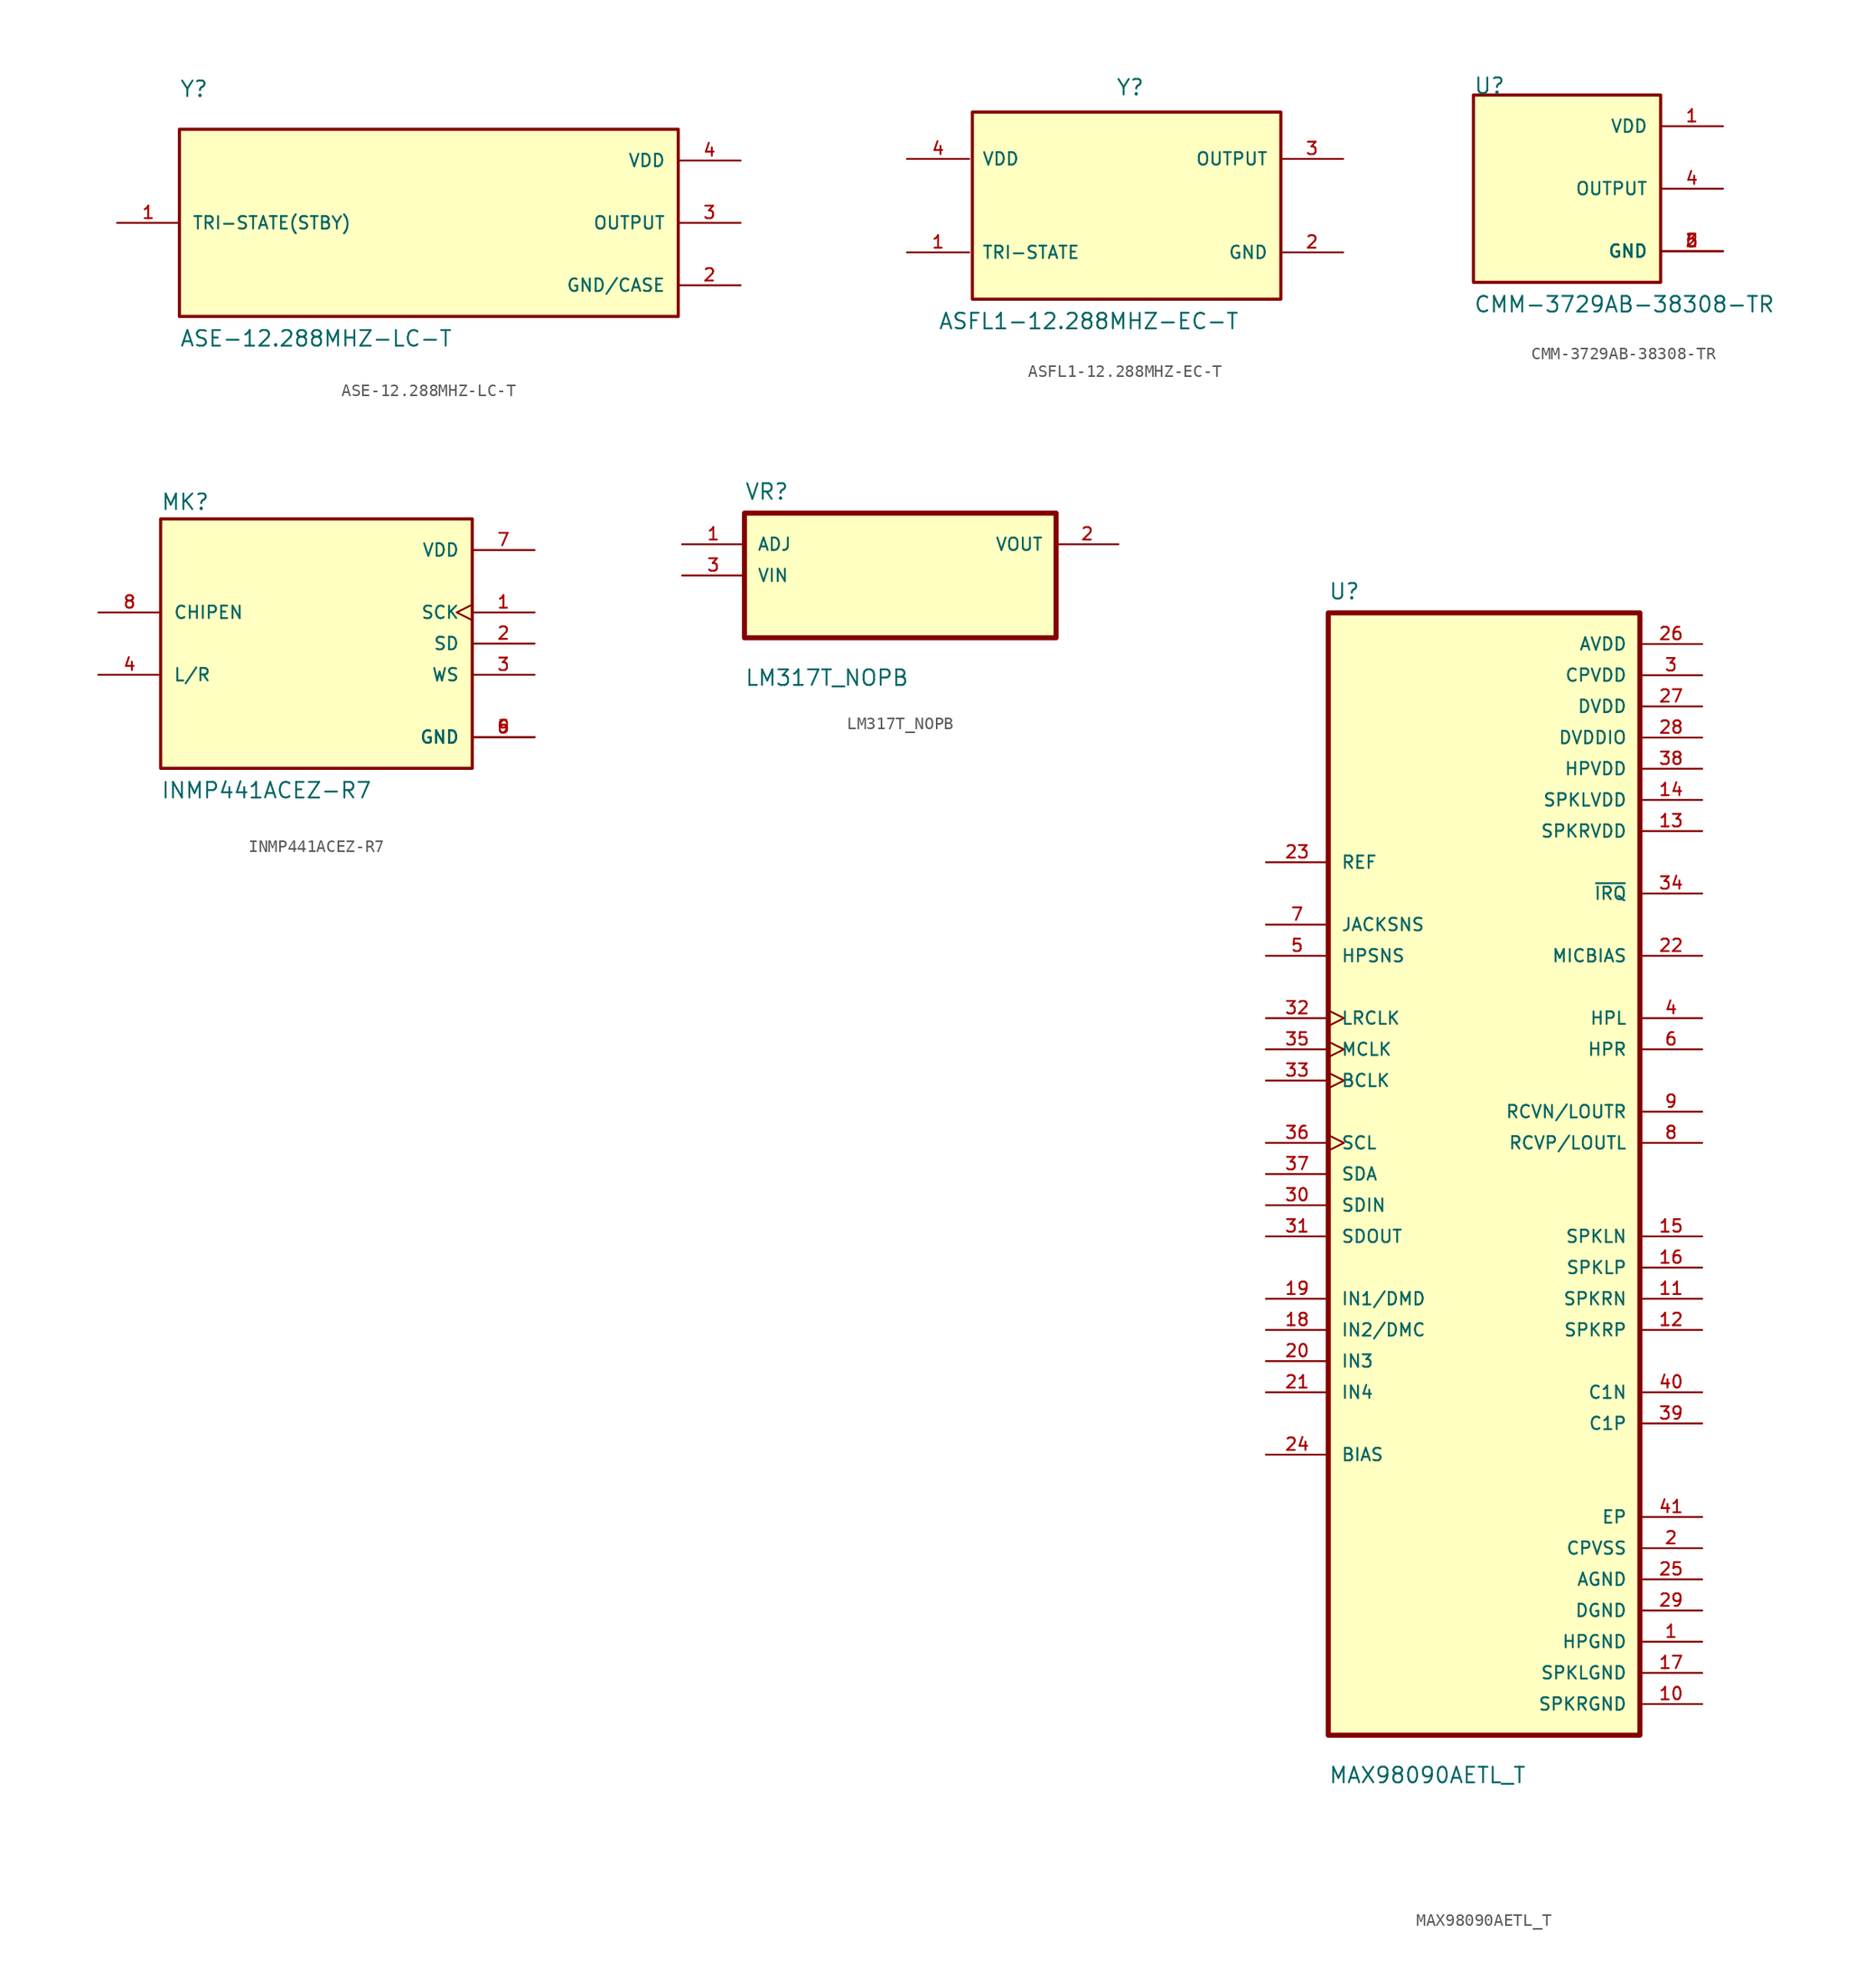
<source format=kicad_sym>
(kicad_symbol_lib
  (version 20231120)
  (generator "kicad_symbol_editor")
  (generator_version "8.0")
  (symbol "ASE-12.288MHZ-LC-T"
    (pin_names
      (offset 1.016))
    (property "Reference" "Y"
      (at -20.32 10.16 0)
      (effects (font (size 1.27 1.27)) (justify left bottom)))
    (property "Value" "ASE-12.288MHZ-LC-T"
      (at -20.32 -10.16 0)
      (effects (font (size 1.27 1.27)) (justify left bottom)))
    (symbol "ASE-12.288MHZ-LC-T_0_0"
      (rectangle (start -20.32 -7.62) (end 20.32 7.62) (stroke (width 0.254) (type default)) (fill (type background)))
      (pin passive line (at -25.4 0 0) (length 5.08) (name "TRI-STATE(STBY)" (effects (font (size 1.016 1.016)))) (number "1" (effects (font (size 1.016 1.016)))))
      (pin power_in line (at 25.4 -5.08 180) (length 5.08) (name "GND/CASE" (effects (font (size 1.016 1.016)))) (number "2" (effects (font (size 1.016 1.016)))))
      (pin output line (at 25.4 0 180) (length 5.08) (name "OUTPUT" (effects (font (size 1.016 1.016)))) (number "3" (effects (font (size 1.016 1.016)))))
      (pin power_in line (at 25.4 5.08 180) (length 5.08) (name "VDD" (effects (font (size 1.016 1.016)))) (number "4" (effects (font (size 1.016 1.016)))))))
  (symbol "ASFL1-12.288MHZ-EC-T"
    (pin_names
      (offset 1.016))
    (property "Reference" "Y"
      (at -0.762 8.89 0)
      (effects (font (size 1.27 1.27)) (justify left bottom)))
    (property "Value" "ASFL1-12.288MHZ-EC-T"
      (at -15.24 -10.16 0)
      (effects (font (size 1.27 1.27)) (justify left bottom)))
    (symbol "ASFL1-12.288MHZ-EC-T_0_0"
      (rectangle (start -12.446 7.62) (end 12.7 -7.62) (stroke (width 0.254) (type default)) (fill (type background)))
      (pin passive line (at -17.78 -3.81 0) (length 5.08) (name "TRI-STATE" (effects (font (size 1.016 1.016)))) (number "1" (effects (font (size 1.016 1.016)))))
      (pin power_in line (at 17.78 -3.81 180) (length 5.08) (name "GND" (effects (font (size 1.016 1.016)))) (number "2" (effects (font (size 1.016 1.016)))))
      (pin output line (at 17.78 3.81 180) (length 5.08) (name "OUTPUT" (effects (font (size 1.016 1.016)))) (number "3" (effects (font (size 1.016 1.016)))))
      (pin power_in line (at -17.78 3.81 0) (length 5.08) (name "VDD" (effects (font (size 1.016 1.016)))) (number "4" (effects (font (size 1.016 1.016)))))))
  (symbol "CMM-3729AB-38308-TR"
    (pin_names
      (offset 1.016))
    (property "Reference" "U"
      (at -7.62 7.62 0)
      (effects (font (size 1.27 1.27)) (justify left bottom)))
    (property "Value" "CMM-3729AB-38308-TR"
      (at -7.62 -10.16 0)
      (effects (font (size 1.27 1.27)) (justify left bottom)))
    (symbol "CMM-3729AB-38308-TR_0_0"
      (rectangle (start -7.62 -7.62) (end 7.62 7.62) (stroke (width 0.254) (type default)) (fill (type background)))
      (pin power_in line (at 12.7 5.08 180) (length 5.08) (name "VDD" (effects (font (size 1.016 1.016)))) (number "1" (effects (font (size 1.016 1.016)))))
      (pin power_in line (at 12.7 -5.08 180) (length 5.08) (name "GND" (effects (font (size 1.016 1.016)))) (number "2" (effects (font (size 1.016 1.016)))))
      (pin power_in line (at 12.7 -5.08 180) (length 5.08) (name "GND" (effects (font (size 1.016 1.016)))) (number "3" (effects (font (size 1.016 1.016)))))
      (pin output line (at 12.7 0 180) (length 5.08) (name "OUTPUT" (effects (font (size 1.016 1.016)))) (number "4" (effects (font (size 1.016 1.016)))))
      (pin power_in line (at 12.7 -5.08 180) (length 5.08) (name "GND" (effects (font (size 1.016 1.016)))) (number "5" (effects (font (size 1.016 1.016)))))
      (pin power_in line (at 12.7 -5.08 180) (length 5.08) (name "GND" (effects (font (size 1.016 1.016)))) (number "6" (effects (font (size 1.016 1.016)))))))
  (symbol "INMP441ACEZ-R7"
    (pin_names
      (offset 1.016))
    (property "Reference" "MK"
      (at -12.7 10.795 0)
      (effects (font (size 1.27 1.27)) (justify left bottom)))
    (property "Value" "INMP441ACEZ-R7"
      (at -12.7 -12.7 0)
      (effects (font (size 1.27 1.27)) (justify left bottom)))
    (symbol "INMP441ACEZ-R7_0_0"
      (rectangle (start -12.7 -10.16) (end 12.7 10.16) (stroke (width 0.254) (type default)) (fill (type background)))
      (pin input clock (at 17.78 2.54 180) (length 5.08) (name "SCK" (effects (font (size 1.016 1.016)))) (number "1" (effects (font (size 1.016 1.016)))))
      (pin output line (at 17.78 0 180) (length 5.08) (name "SD" (effects (font (size 1.016 1.016)))) (number "2" (effects (font (size 1.016 1.016)))))
      (pin input line (at 17.78 -2.54 180) (length 5.08) (name "WS" (effects (font (size 1.016 1.016)))) (number "3" (effects (font (size 1.016 1.016)))))
      (pin input line (at -17.78 -2.54 0) (length 5.08) (name "L/R" (effects (font (size 1.016 1.016)))) (number "4" (effects (font (size 1.016 1.016)))))
      (pin power_in line (at 17.78 -7.62 180) (length 5.08) (name "GND" (effects (font (size 1.016 1.016)))) (number "5" (effects (font (size 1.016 1.016)))))
      (pin power_in line (at 17.78 -7.62 180) (length 5.08) (name "GND" (effects (font (size 1.016 1.016)))) (number "6" (effects (font (size 1.016 1.016)))))
      (pin power_in line (at 17.78 7.62 180) (length 5.08) (name "VDD" (effects (font (size 1.016 1.016)))) (number "7" (effects (font (size 1.016 1.016)))))
      (pin input line (at -17.78 2.54 0) (length 5.08) (name "CHIPEN" (effects (font (size 1.016 1.016)))) (number "8" (effects (font (size 1.016 1.016)))))
      (pin power_in line (at 17.78 -7.62 180) (length 5.08) (name "GND" (effects (font (size 1.016 1.016)))) (number "9" (effects (font (size 1.016 1.016)))))))
  (symbol "LM317T_NOPB"
    (pin_names
      (offset 1.016))
    (property "Reference" "VR"
      (at -12.7 6.08 0)
      (effects (font (size 1.27 1.27)) (justify left bottom)))
    (property "Value" "LM317T_NOPB"
      (at -12.7 -9.08 0)
      (effects (font (size 1.27 1.27)) (justify left bottom)))
    (symbol "LM317T_NOPB_0_0"
      (rectangle (start -12.7 -5.08) (end 12.7 5.08) (stroke (width 0.41) (type default)) (fill (type background)))
      (pin input line (at -17.78 2.54 0) (length 5.08) (name "ADJ" (effects (font (size 1.016 1.016)))) (number "1" (effects (font (size 1.016 1.016)))))
      (pin output line (at 17.78 2.54 180) (length 5.08) (name "VOUT" (effects (font (size 1.016 1.016)))) (number "2" (effects (font (size 1.016 1.016)))))
      (pin input line (at -17.78 0 0) (length 5.08) (name "VIN" (effects (font (size 1.016 1.016)))) (number "3" (effects (font (size 1.016 1.016)))))))
  (symbol "MAX98090AETL_T"
    (pin_names
      (offset 1.016))
    (property "Reference" "U"
      (at -12.7 46.72 0)
      (effects (font (size 1.27 1.27)) (justify left bottom)))
    (property "Value" "MAX98090AETL_T"
      (at -12.7 -49.72 0)
      (effects (font (size 1.27 1.27)) (justify left bottom)))
    (symbol "MAX98090AETL_T_0_0"
      (rectangle (start -12.7 -45.72) (end 12.7 45.72) (stroke (width 0.41) (type default)) (fill (type background)))
      (pin power_in line (at 17.78 -38.1 180) (length 5.08) (name "HPGND" (effects (font (size 1.016 1.016)))) (number "1" (effects (font (size 1.016 1.016)))))
      (pin power_in line (at 17.78 -43.18 180) (length 5.08) (name "SPKRGND" (effects (font (size 1.016 1.016)))) (number "10" (effects (font (size 1.016 1.016)))))
      (pin output line (at 17.78 -10.16 180) (length 5.08) (name "SPKRN" (effects (font (size 1.016 1.016)))) (number "11" (effects (font (size 1.016 1.016)))))
      (pin output line (at 17.78 -12.7 180) (length 5.08) (name "SPKRP" (effects (font (size 1.016 1.016)))) (number "12" (effects (font (size 1.016 1.016)))))
      (pin power_in line (at 17.78 27.94 180) (length 5.08) (name "SPKRVDD" (effects (font (size 1.016 1.016)))) (number "13" (effects (font (size 1.016 1.016)))))
      (pin power_in line (at 17.78 30.48 180) (length 5.08) (name "SPKLVDD" (effects (font (size 1.016 1.016)))) (number "14" (effects (font (size 1.016 1.016)))))
      (pin output line (at 17.78 -5.08 180) (length 5.08) (name "SPKLN" (effects (font (size 1.016 1.016)))) (number "15" (effects (font (size 1.016 1.016)))))
      (pin output line (at 17.78 -7.62 180) (length 5.08) (name "SPKLP" (effects (font (size 1.016 1.016)))) (number "16" (effects (font (size 1.016 1.016)))))
      (pin power_in line (at 17.78 -40.64 180) (length 5.08) (name "SPKLGND" (effects (font (size 1.016 1.016)))) (number "17" (effects (font (size 1.016 1.016)))))
      (pin input line (at -17.78 -12.7 0) (length 5.08) (name "IN2/DMC" (effects (font (size 1.016 1.016)))) (number "18" (effects (font (size 1.016 1.016)))))
      (pin input line (at -17.78 -10.16 0) (length 5.08) (name "IN1/DMD" (effects (font (size 1.016 1.016)))) (number "19" (effects (font (size 1.016 1.016)))))
      (pin power_in line (at 17.78 -30.48 180) (length 5.08) (name "CPVSS" (effects (font (size 1.016 1.016)))) (number "2" (effects (font (size 1.016 1.016)))))
      (pin input line (at -17.78 -15.24 0) (length 5.08) (name "IN3" (effects (font (size 1.016 1.016)))) (number "20" (effects (font (size 1.016 1.016)))))
      (pin input line (at -17.78 -17.78 0) (length 5.08) (name "IN4" (effects (font (size 1.016 1.016)))) (number "21" (effects (font (size 1.016 1.016)))))
      (pin output line (at 17.78 17.78 180) (length 5.08) (name "MICBIAS" (effects (font (size 1.016 1.016)))) (number "22" (effects (font (size 1.016 1.016)))))
      (pin input line (at -17.78 25.4 0) (length 5.08) (name "REF" (effects (font (size 1.016 1.016)))) (number "23" (effects (font (size 1.016 1.016)))))
      (pin passive line (at -17.78 -22.86 0) (length 5.08) (name "BIAS" (effects (font (size 1.016 1.016)))) (number "24" (effects (font (size 1.016 1.016)))))
      (pin power_in line (at 17.78 -33.02 180) (length 5.08) (name "AGND" (effects (font (size 1.016 1.016)))) (number "25" (effects (font (size 1.016 1.016)))))
      (pin power_in line (at 17.78 43.18 180) (length 5.08) (name "AVDD" (effects (font (size 1.016 1.016)))) (number "26" (effects (font (size 1.016 1.016)))))
      (pin power_in line (at 17.78 38.1 180) (length 5.08) (name "DVDD" (effects (font (size 1.016 1.016)))) (number "27" (effects (font (size 1.016 1.016)))))
      (pin power_in line (at 17.78 35.56 180) (length 5.08) (name "DVDDIO" (effects (font (size 1.016 1.016)))) (number "28" (effects (font (size 1.016 1.016)))))
      (pin power_in line (at 17.78 -35.56 180) (length 5.08) (name "DGND" (effects (font (size 1.016 1.016)))) (number "29" (effects (font (size 1.016 1.016)))))
      (pin power_in line (at 17.78 40.64 180) (length 5.08) (name "CPVDD" (effects (font (size 1.016 1.016)))) (number "3" (effects (font (size 1.016 1.016)))))
      (pin input line (at -17.78 -2.54 0) (length 5.08) (name "SDIN" (effects (font (size 1.016 1.016)))) (number "30" (effects (font (size 1.016 1.016)))))
      (pin output line (at -17.78 -5.08 0) (length 5.08) (name "SDOUT" (effects (font (size 1.016 1.016)))) (number "31" (effects (font (size 1.016 1.016)))))
      (pin input clock (at -17.78 12.7 0) (length 5.08) (name "LRCLK" (effects (font (size 1.016 1.016)))) (number "32" (effects (font (size 1.016 1.016)))))
      (pin input clock (at -17.78 7.62 0) (length 5.08) (name "BCLK" (effects (font (size 1.016 1.016)))) (number "33" (effects (font (size 1.016 1.016)))))
      (pin output line (at 17.78 22.86 180) (length 5.08) (name "~{IRQ}" (effects (font (size 1.016 1.016)))) (number "34" (effects (font (size 1.016 1.016)))))
      (pin input clock (at -17.78 10.16 0) (length 5.08) (name "MCLK" (effects (font (size 1.016 1.016)))) (number "35" (effects (font (size 1.016 1.016)))))
      (pin input clock (at -17.78 2.54 0) (length 5.08) (name "SCL" (effects (font (size 1.016 1.016)))) (number "36" (effects (font (size 1.016 1.016)))))
      (pin bidirectional line (at -17.78 0 0) (length 5.08) (name "SDA" (effects (font (size 1.016 1.016)))) (number "37" (effects (font (size 1.016 1.016)))))
      (pin power_in line (at 17.78 33.02 180) (length 5.08) (name "HPVDD" (effects (font (size 1.016 1.016)))) (number "38" (effects (font (size 1.016 1.016)))))
      (pin passive line (at 17.78 -20.32 180) (length 5.08) (name "C1P" (effects (font (size 1.016 1.016)))) (number "39" (effects (font (size 1.016 1.016)))))
      (pin output line (at 17.78 12.7 180) (length 5.08) (name "HPL" (effects (font (size 1.016 1.016)))) (number "4" (effects (font (size 1.016 1.016)))))
      (pin passive line (at 17.78 -17.78 180) (length 5.08) (name "C1N" (effects (font (size 1.016 1.016)))) (number "40" (effects (font (size 1.016 1.016)))))
      (pin power_in line (at 17.78 -27.94 180) (length 5.08) (name "EP" (effects (font (size 1.016 1.016)))) (number "41" (effects (font (size 1.016 1.016)))))
      (pin input line (at -17.78 17.78 0) (length 5.08) (name "HPSNS" (effects (font (size 1.016 1.016)))) (number "5" (effects (font (size 1.016 1.016)))))
      (pin output line (at 17.78 10.16 180) (length 5.08) (name "HPR" (effects (font (size 1.016 1.016)))) (number "6" (effects (font (size 1.016 1.016)))))
      (pin input line (at -17.78 20.32 0) (length 5.08) (name "JACKSNS" (effects (font (size 1.016 1.016)))) (number "7" (effects (font (size 1.016 1.016)))))
      (pin output line (at 17.78 2.54 180) (length 5.08) (name "RCVP/LOUTL" (effects (font (size 1.016 1.016)))) (number "8" (effects (font (size 1.016 1.016)))))
      (pin output line (at 17.78 5.08 180) (length 5.08) (name "RCVN/LOUTR" (effects (font (size 1.016 1.016)))) (number "9" (effects (font (size 1.016 1.016))))))))
</source>
